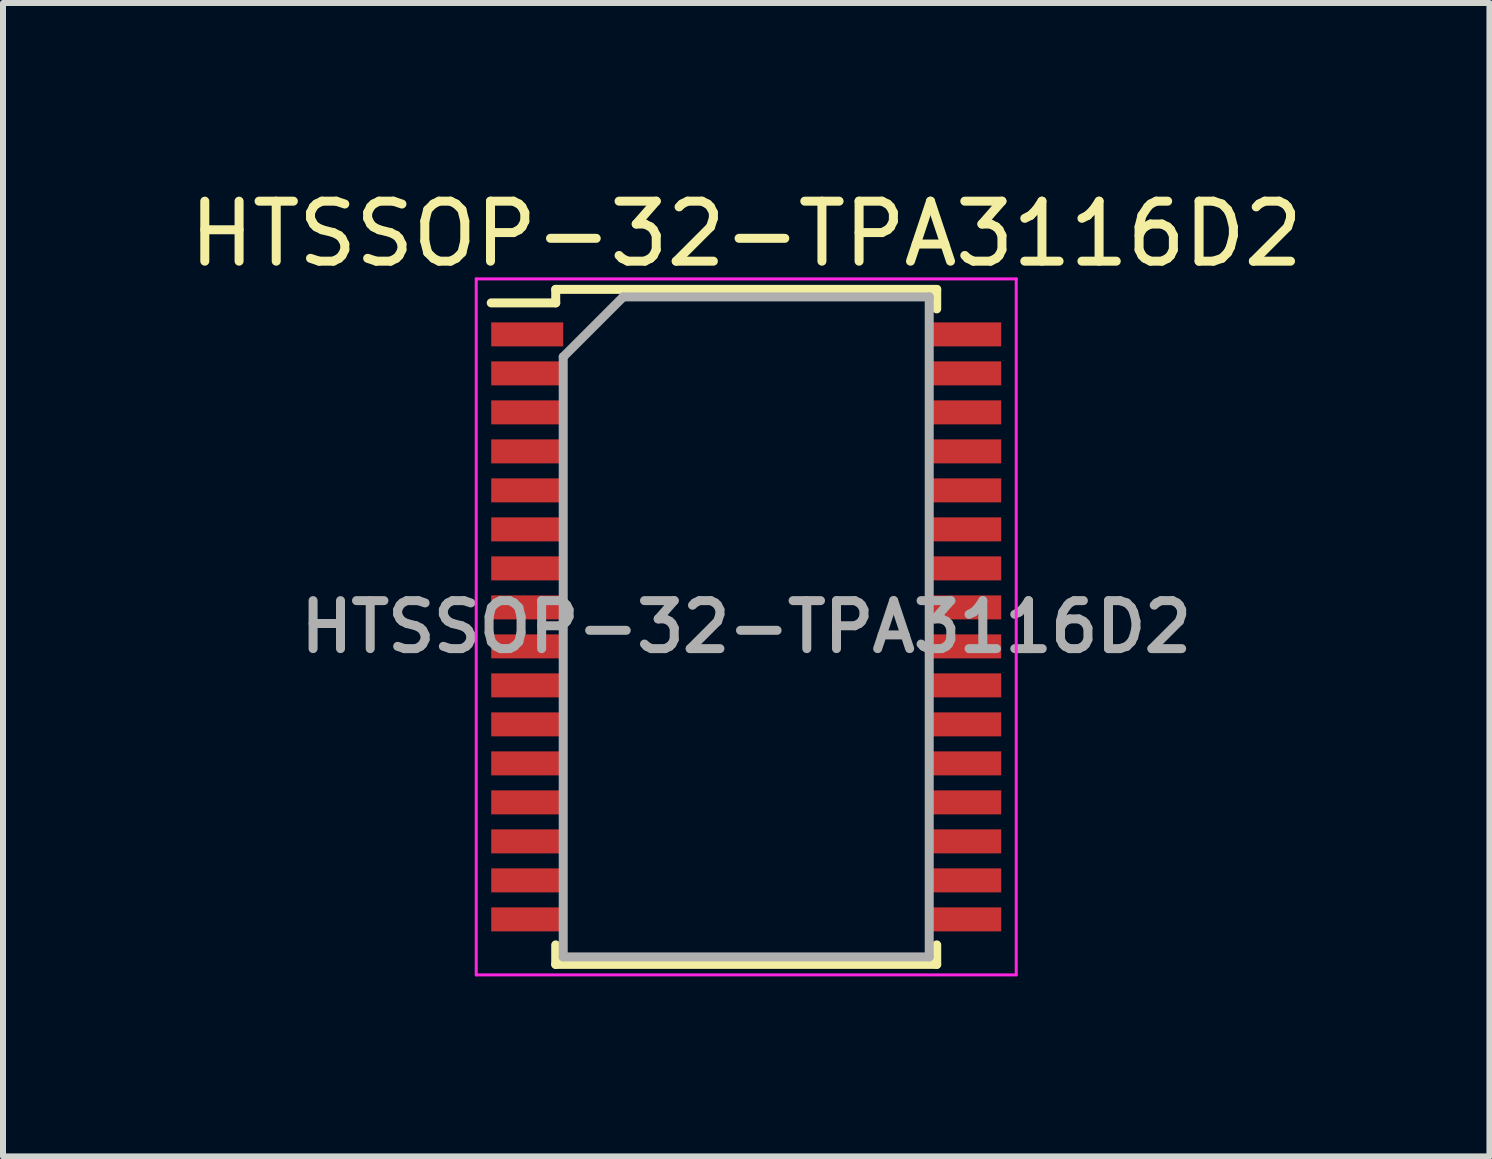
<source format=kicad_pcb>
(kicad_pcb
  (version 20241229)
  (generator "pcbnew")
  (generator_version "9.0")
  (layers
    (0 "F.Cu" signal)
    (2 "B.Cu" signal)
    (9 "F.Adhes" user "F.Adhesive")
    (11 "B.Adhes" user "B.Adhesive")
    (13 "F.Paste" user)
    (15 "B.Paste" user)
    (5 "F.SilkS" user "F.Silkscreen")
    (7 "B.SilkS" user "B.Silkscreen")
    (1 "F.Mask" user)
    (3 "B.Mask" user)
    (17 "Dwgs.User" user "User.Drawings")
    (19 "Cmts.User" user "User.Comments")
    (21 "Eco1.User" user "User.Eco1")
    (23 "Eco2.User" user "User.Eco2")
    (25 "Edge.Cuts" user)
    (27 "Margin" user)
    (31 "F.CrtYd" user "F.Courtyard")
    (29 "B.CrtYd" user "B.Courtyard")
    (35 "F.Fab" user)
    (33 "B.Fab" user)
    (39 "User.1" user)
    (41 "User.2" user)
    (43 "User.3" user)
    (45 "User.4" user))
  (footprint "HTSSOP-32-TPA3116D2"
    (layer "F.Cu")
    (at 9.387 7.398)
    (property "Reference" "HTSSOP-32-TPA3116D2" (at 0 -6.55 0) (layer "F.SilkS") (effects (font (size 1 1) (thickness 0.15))))
    (attr smd)
    (fp_line (start -4.25 -5.4) (end -3.175 -5.4) (stroke (width 0.15) (type solid)) (layer "F.SilkS"))
    (fp_line (start -3.175 -5.625) (end 3.175 -5.625) (stroke (width 0.15) (type solid)) (layer "F.SilkS"))
    (fp_line (start -3.175 -5.4) (end -3.175 -5.625) (stroke (width 0.15) (type solid)) (layer "F.SilkS"))
    (fp_line (start -3.175 5.3) (end -3.175 5.625) (stroke (width 0.15) (type solid)) (layer "F.SilkS"))
    (fp_line (start -3.175 5.625) (end 3.175 5.625) (stroke (width 0.15) (type solid)) (layer "F.SilkS"))
    (fp_line (start 3.175 -5.625) (end 3.175 -5.3) (stroke (width 0.15) (type solid)) (layer "F.SilkS"))
    (fp_line (start 3.175 5.625) (end 3.175 5.3) (stroke (width 0.15) (type solid)) (layer "F.SilkS"))
    (fp_line (start -4.5 -5.8) (end -4.5 5.8) (stroke (width 0.05) (type solid)) (layer "F.CrtYd"))
    (fp_line (start -4.5 5.8) (end 4.5 5.8) (stroke (width 0.05) (type solid)) (layer "F.CrtYd"))
    (fp_line (start 4.5 -5.8) (end -4.5 -5.8) (stroke (width 0.05) (type solid)) (layer "F.CrtYd"))
    (fp_line (start 4.5 5.8) (end 4.5 -5.8) (stroke (width 0.05) (type solid)) (layer "F.CrtYd"))
    (fp_line (start -3.05 -4.5) (end -2.05 -5.5) (stroke (width 0.15) (type solid)) (layer "F.Fab"))
    (fp_line (start -3.05 5.5) (end -3.05 -4.5) (stroke (width 0.15) (type solid)) (layer "F.Fab"))
    (fp_line (start -2.05 -5.5) (end 3.05 -5.5) (stroke (width 0.15) (type solid)) (layer "F.Fab"))
    (fp_line (start 3.05 -5.5) (end 3.05 5.5) (stroke (width 0.15) (type solid)) (layer "F.Fab"))
    (fp_line (start 3.05 5.5) (end -3.05 5.5) (stroke (width 0.15) (type solid)) (layer "F.Fab"))
    (fp_text user "${REFERENCE}" (at 0 0 0) (layer "F.Fab") (effects (font (size 0.8 0.8) (thickness 0.15))))
    (pad "1" smd rect (at -3.65 -4.875) (size 1.2 0.4) (layers "F.Cu" "F.Mask" "F.Paste"))
    (pad "2" smd rect (at -3.65 -4.225) (size 1.2 0.4) (layers "F.Cu" "F.Mask" "F.Paste"))
    (pad "3" smd rect (at -3.65 -3.575) (size 1.2 0.4) (layers "F.Cu" "F.Mask" "F.Paste"))
    (pad "4" smd rect (at -3.65 -2.925) (size 1.2 0.4) (layers "F.Cu" "F.Mask" "F.Paste"))
    (pad "5" smd rect (at -3.65 -2.275) (size 1.2 0.4) (layers "F.Cu" "F.Mask" "F.Paste"))
    (pad "6" smd rect (at -3.65 -1.625) (size 1.2 0.4) (layers "F.Cu" "F.Mask" "F.Paste"))
    (pad "7" smd rect (at -3.65 -0.975) (size 1.2 0.4) (layers "F.Cu" "F.Mask" "F.Paste"))
    (pad "8" smd rect (at -3.65 -0.325) (size 1.2 0.4) (layers "F.Cu" "F.Mask" "F.Paste"))
    (pad "9" smd rect (at -3.65 0.325) (size 1.2 0.4) (layers "F.Cu" "F.Mask" "F.Paste"))
    (pad "10" smd rect (at -3.65 0.975) (size 1.2 0.4) (layers "F.Cu" "F.Mask" "F.Paste"))
    (pad "11" smd rect (at -3.65 1.625) (size 1.2 0.4) (layers "F.Cu" "F.Mask" "F.Paste"))
    (pad "12" smd rect (at -3.65 2.275) (size 1.2 0.4) (layers "F.Cu" "F.Mask" "F.Paste"))
    (pad "13" smd rect (at -3.65 2.925) (size 1.2 0.4) (layers "F.Cu" "F.Mask" "F.Paste"))
    (pad "14" smd rect (at -3.65 3.575) (size 1.2 0.4) (layers "F.Cu" "F.Mask" "F.Paste"))
    (pad "15" smd rect (at -3.65 4.225) (size 1.2 0.4) (layers "F.Cu" "F.Mask" "F.Paste"))
    (pad "16" smd rect (at -3.65 4.875) (size 1.2 0.4) (layers "F.Cu" "F.Mask" "F.Paste"))
    (pad "17" smd rect (at 3.65 4.875) (size 1.2 0.4) (layers "F.Cu" "F.Mask" "F.Paste"))
    (pad "18" smd rect (at 3.65 4.225) (size 1.2 0.4) (layers "F.Cu" "F.Mask" "F.Paste"))
    (pad "19" smd rect (at 3.65 3.575) (size 1.2 0.4) (layers "F.Cu" "F.Mask" "F.Paste"))
    (pad "20" smd rect (at 3.65 2.925) (size 1.2 0.4) (layers "F.Cu" "F.Mask" "F.Paste"))
    (pad "21" smd rect (at 3.65 2.275) (size 1.2 0.4) (layers "F.Cu" "F.Mask" "F.Paste"))
    (pad "22" smd rect (at 3.65 1.625) (size 1.2 0.4) (layers "F.Cu" "F.Mask" "F.Paste"))
    (pad "23" smd rect (at 3.65 0.975) (size 1.2 0.4) (layers "F.Cu" "F.Mask" "F.Paste"))
    (pad "24" smd rect (at 3.65 0.325) (size 1.2 0.4) (layers "F.Cu" "F.Mask" "F.Paste"))
    (pad "25" smd rect (at 3.65 -0.325) (size 1.2 0.4) (layers "F.Cu" "F.Mask" "F.Paste"))
    (pad "26" smd rect (at 3.65 -0.975) (size 1.2 0.4) (layers "F.Cu" "F.Mask" "F.Paste"))
    (pad "27" smd rect (at 3.65 -1.625) (size 1.2 0.4) (layers "F.Cu" "F.Mask" "F.Paste"))
    (pad "28" smd rect (at 3.65 -2.275) (size 1.2 0.4) (layers "F.Cu" "F.Mask" "F.Paste"))
    (pad "29" smd rect (at 3.65 -2.925) (size 1.2 0.4) (layers "F.Cu" "F.Mask" "F.Paste"))
    (pad "30" smd rect (at 3.65 -3.575) (size 1.2 0.4) (layers "F.Cu" "F.Mask" "F.Paste"))
    (pad "31" smd rect (at 3.65 -4.225) (size 1.2 0.4) (layers "F.Cu" "F.Mask" "F.Paste"))
    (pad "32" smd rect (at 3.65 -4.875) (size 1.2 0.4) (layers "F.Cu" "F.Mask" "F.Paste")))
  (gr_rect
    (start -3 -3)
    (end 21.774 16.223)
    (stroke (width 0.1) (type default))
    (fill no)
    (layer "Edge.Cuts")))
</source>
